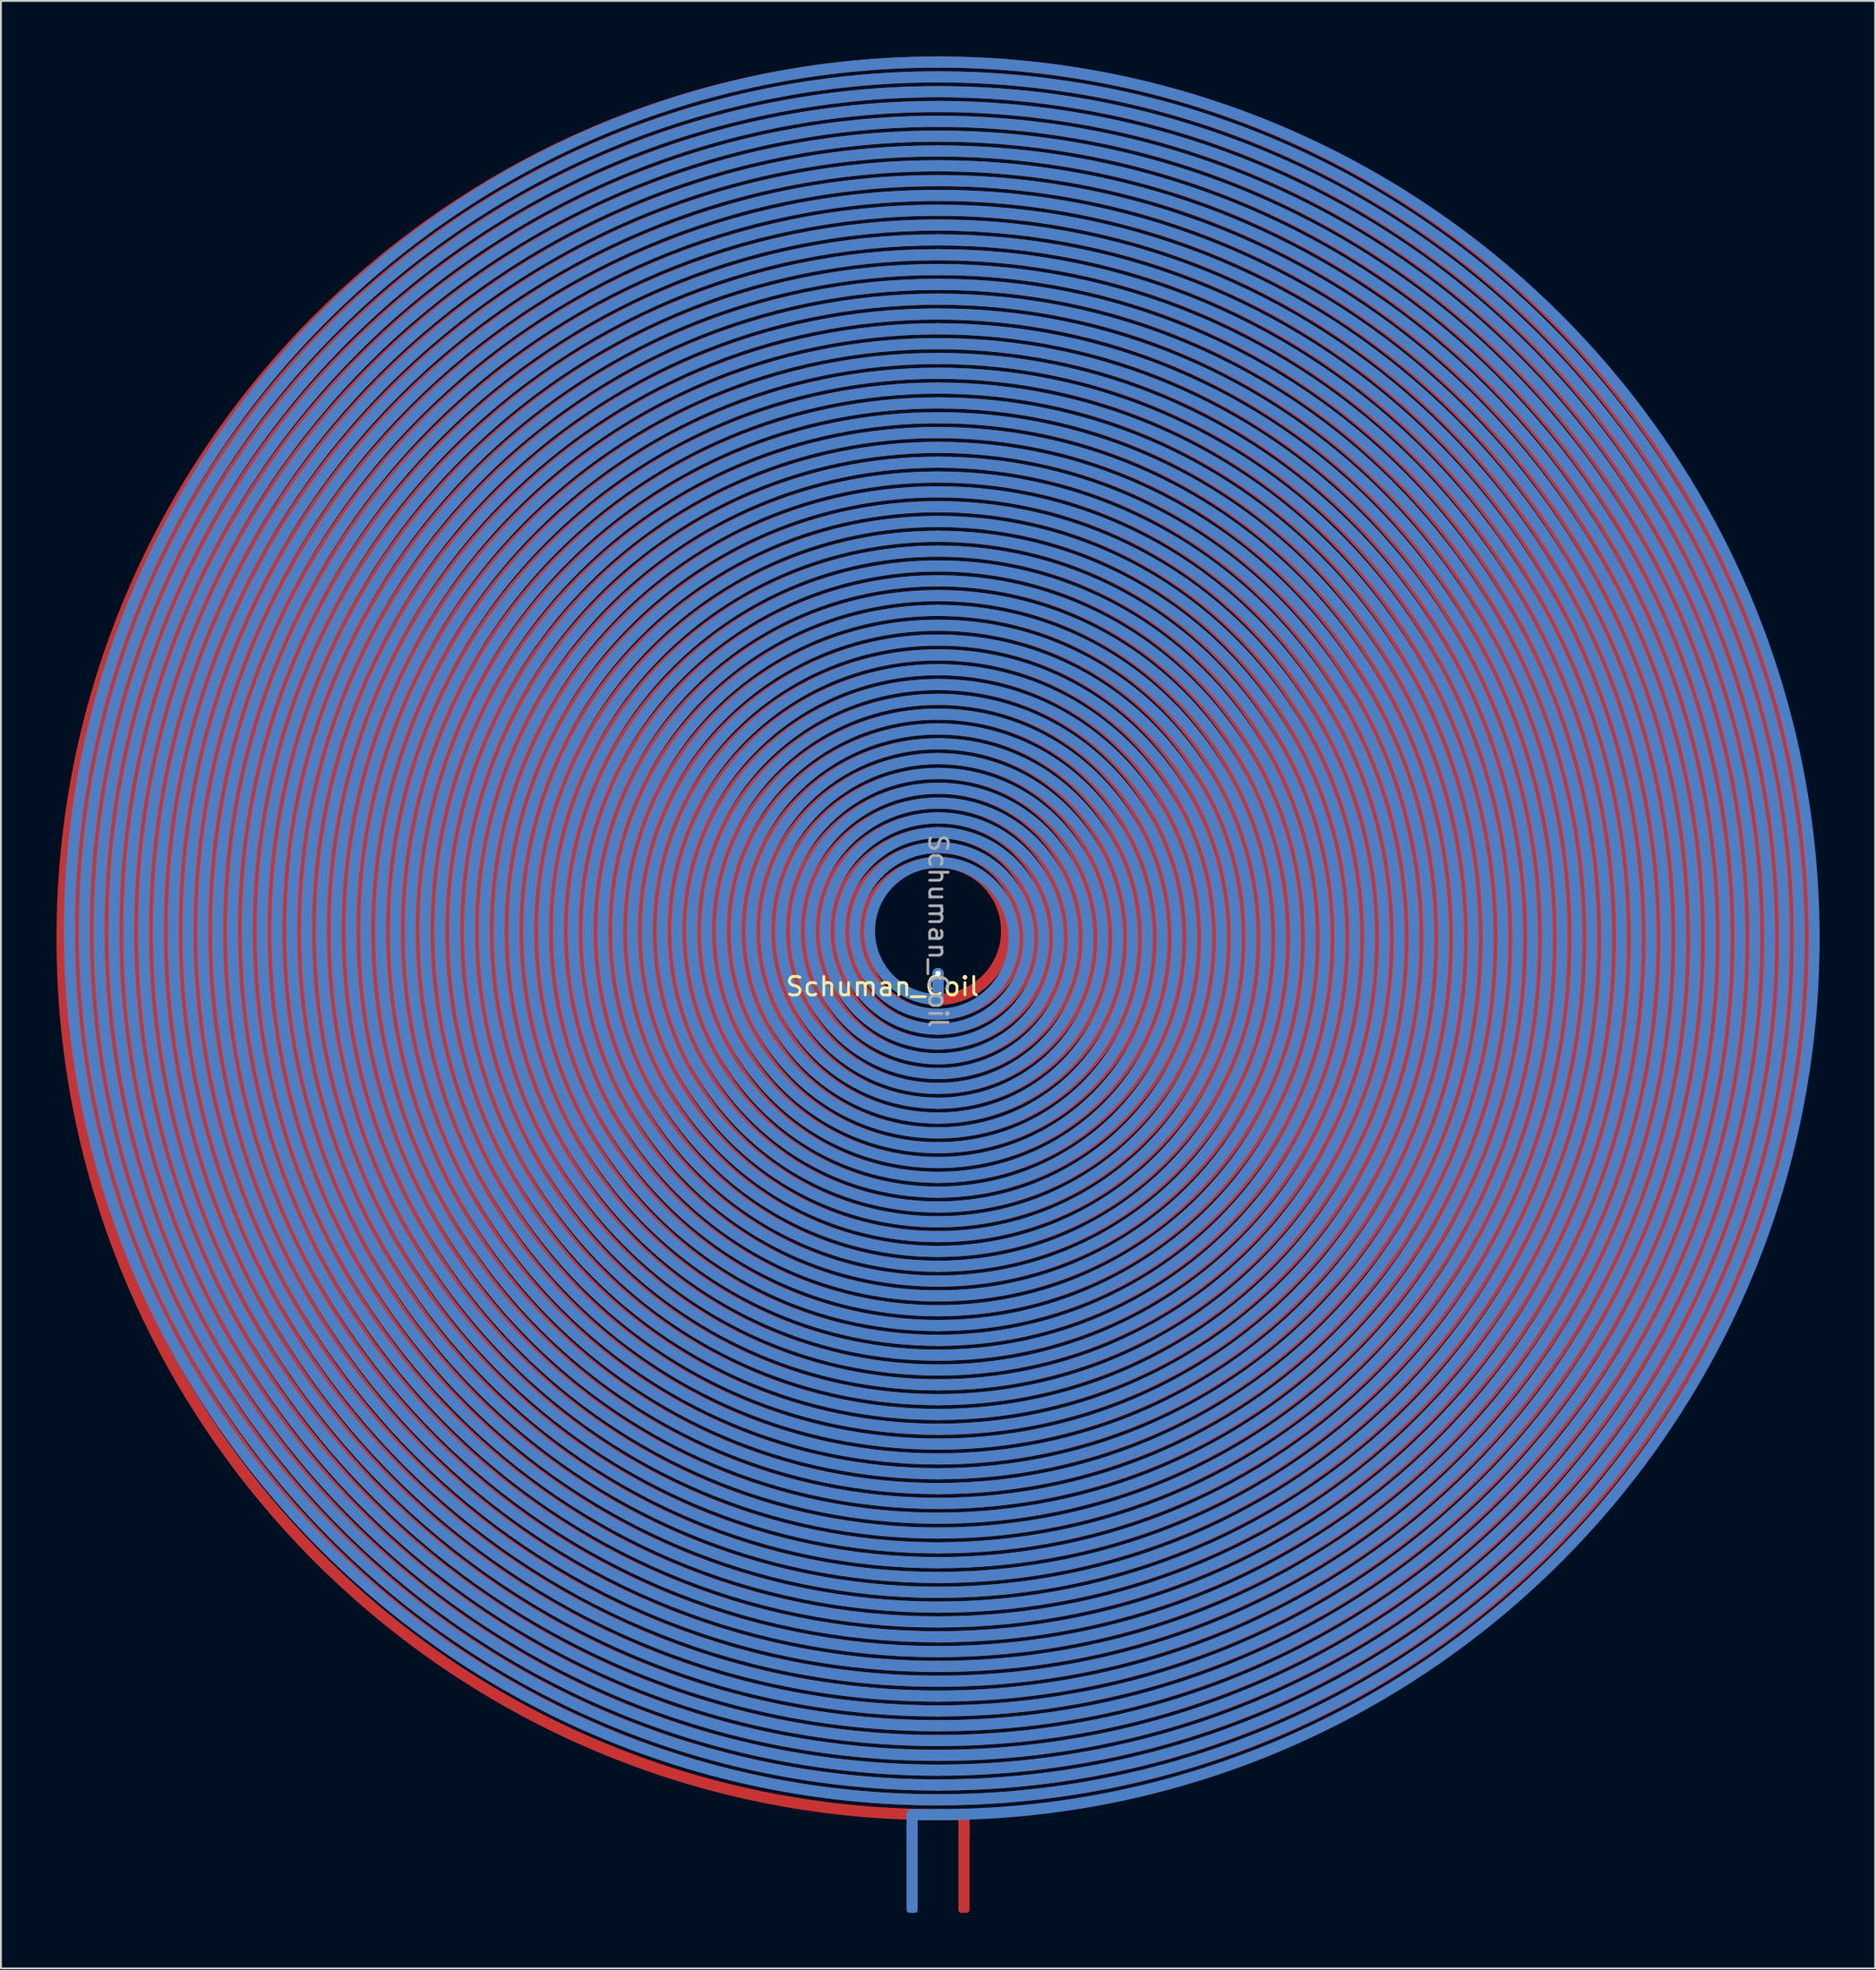
<source format=kicad_pcb>
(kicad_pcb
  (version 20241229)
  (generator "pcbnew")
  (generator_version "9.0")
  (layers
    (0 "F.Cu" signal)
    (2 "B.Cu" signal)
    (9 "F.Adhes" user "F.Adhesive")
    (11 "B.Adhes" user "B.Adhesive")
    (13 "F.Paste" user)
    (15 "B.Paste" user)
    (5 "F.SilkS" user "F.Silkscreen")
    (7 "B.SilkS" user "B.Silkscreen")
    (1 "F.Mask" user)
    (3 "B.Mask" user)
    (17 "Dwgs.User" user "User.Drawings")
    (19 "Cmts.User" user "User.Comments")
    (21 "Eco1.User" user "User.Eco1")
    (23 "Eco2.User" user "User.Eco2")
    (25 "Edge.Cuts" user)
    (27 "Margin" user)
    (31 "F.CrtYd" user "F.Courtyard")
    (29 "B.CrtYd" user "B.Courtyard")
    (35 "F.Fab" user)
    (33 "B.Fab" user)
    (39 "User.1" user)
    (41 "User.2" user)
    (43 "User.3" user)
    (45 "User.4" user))
  (footprint "Schuman_Coil"
    (layer "F.Cu")
    (at 44.6 50.2)
    (property "Reference" "Schuman_Coil" (at 0 0 0) (unlocked yes) (layer "F.SilkS") (effects (font (size 1 1) (thickness 0.15))))
    (attr smd exclude_from_pos_files exclude_from_bom allow_missing_courtyard)
    (fp_line (start 3 0.7) (end 3 -0.7) (stroke (width 0.6) (type default)) (layer "F.Cu"))
    (fp_line (start 3 44.7) (end 4.4 44.7) (stroke (width 0.6) (type default)) (layer "F.Cu"))
    (fp_line (start 4.4 44.7) (end 4.4 45.8) (stroke (width 0.6) (type default)) (layer "F.Cu"))
    (fp_arc (start 3 -49.9) (mid 49.9 -3) (end 3 43.9) (stroke (width 0.6) (type default)) (layer "F.Cu"))
    (fp_arc (start 3 -49.1) (mid 49.1 -3) (end 3 43.1) (stroke (width 0.6) (type default)) (layer "F.Cu"))
    (fp_arc (start 3 -48.3) (mid 48.3 -3) (end 3 42.3) (stroke (width 0.6) (type default)) (layer "F.Cu"))
    (fp_arc (start 3 -47.5) (mid 47.5 -3) (end 3 41.5) (stroke (width 0.6) (type default)) (layer "F.Cu"))
    (fp_arc (start 3 -46.7) (mid 46.7 -3) (end 3 40.7) (stroke (width 0.6) (type default)) (layer "F.Cu"))
    (fp_arc (start 3 -45.9) (mid 45.9 -3) (end 3 39.9) (stroke (width 0.6) (type default)) (layer "F.Cu"))
    (fp_arc (start 3 -45.1) (mid 45.1 -3) (end 3 39.1) (stroke (width 0.6) (type default)) (layer "F.Cu"))
    (fp_arc (start 3 -44.3) (mid 44.3 -3) (end 3 38.3) (stroke (width 0.6) (type default)) (layer "F.Cu"))
    (fp_arc (start 3 -43.5) (mid 43.5 -3) (end 3 37.5) (stroke (width 0.6) (type default)) (layer "F.Cu"))
    (fp_arc (start 3 -42.7) (mid 42.7 -3) (end 3 36.7) (stroke (width 0.6) (type default)) (layer "F.Cu"))
    (fp_arc (start 3 -41.9) (mid 41.9 -3) (end 3 35.9) (stroke (width 0.6) (type default)) (layer "F.Cu"))
    (fp_arc (start 3 -41.1) (mid 41.1 -3) (end 3 35.1) (stroke (width 0.6) (type default)) (layer "F.Cu"))
    (fp_arc (start 3 -40.3) (mid 40.3 -3) (end 3 34.3) (stroke (width 0.6) (type default)) (layer "F.Cu"))
    (fp_arc (start 3 -39.5) (mid 39.5 -3) (end 3 33.5) (stroke (width 0.6) (type default)) (layer "F.Cu"))
    (fp_arc (start 3 -38.7) (mid 38.7 -3) (end 3 32.7) (stroke (width 0.6) (type default)) (layer "F.Cu"))
    (fp_arc (start 3 -37.9) (mid 37.9 -3) (end 3 31.9) (stroke (width 0.6) (type default)) (layer "F.Cu"))
    (fp_arc (start 3 -37.1) (mid 37.1 -3) (end 3 31.1) (stroke (width 0.6) (type default)) (layer "F.Cu"))
    (fp_arc (start 3 -36.3) (mid 36.3 -3) (end 3 30.3) (stroke (width 0.6) (type default)) (layer "F.Cu"))
    (fp_arc (start 3 -35.5) (mid 35.5 -3) (end 3 29.5) (stroke (width 0.6) (type default)) (layer "F.Cu"))
    (fp_arc (start 3 -34.7) (mid 34.7 -3) (end 3 28.7) (stroke (width 0.6) (type default)) (layer "F.Cu"))
    (fp_arc (start 3 -33.9) (mid 33.9 -3) (end 3 27.9) (stroke (width 0.6) (type default)) (layer "F.Cu"))
    (fp_arc (start 3 -33.1) (mid 33.1 -3) (end 3 27.1) (stroke (width 0.6) (type default)) (layer "F.Cu"))
    (fp_arc (start 3 -32.3) (mid 32.3 -3) (end 3 26.3) (stroke (width 0.6) (type default)) (layer "F.Cu"))
    (fp_arc (start 3 -31.5) (mid 31.5 -3) (end 3 25.5) (stroke (width 0.6) (type default)) (layer "F.Cu"))
    (fp_arc (start 3 -30.7) (mid 30.7 -3) (end 3 24.7) (stroke (width 0.6) (type default)) (layer "F.Cu"))
    (fp_arc (start 3 -29.9) (mid 29.9 -3) (end 3 23.9) (stroke (width 0.6) (type default)) (layer "F.Cu"))
    (fp_arc (start 3 -29.1) (mid 29.1 -3) (end 3 23.1) (stroke (width 0.6) (type default)) (layer "F.Cu"))
    (fp_arc (start 3 -28.3) (mid 28.3 -3) (end 3 22.3) (stroke (width 0.6) (type default)) (layer "F.Cu"))
    (fp_arc (start 3 -27.5) (mid 27.5 -3) (end 3 21.5) (stroke (width 0.6) (type default)) (layer "F.Cu"))
    (fp_arc (start 3 -26.7) (mid 26.7 -3) (end 3 20.7) (stroke (width 0.6) (type default)) (layer "F.Cu"))
    (fp_arc (start 3 -25.9) (mid 25.9 -3) (end 3 19.9) (stroke (width 0.6) (type default)) (layer "F.Cu"))
    (fp_arc (start 3 -25.1) (mid 25.1 -3) (end 3 19.1) (stroke (width 0.6) (type default)) (layer "F.Cu"))
    (fp_arc (start 3 -24.3) (mid 24.3 -3) (end 3 18.3) (stroke (width 0.6) (type default)) (layer "F.Cu"))
    (fp_arc (start 3 -23.5) (mid 23.5 -3) (end 3 17.5) (stroke (width 0.6) (type default)) (layer "F.Cu"))
    (fp_arc (start 3 -22.7) (mid 22.7 -3) (end 3 16.7) (stroke (width 0.6) (type default)) (layer "F.Cu"))
    (fp_arc (start 3 -21.9) (mid 21.9 -3) (end 3 15.9) (stroke (width 0.6) (type default)) (layer "F.Cu"))
    (fp_arc (start 3 -21.1) (mid 21.1 -3) (end 3 15.1) (stroke (width 0.6) (type default)) (layer "F.Cu"))
    (fp_arc (start 3 -20.3) (mid 20.3 -3) (end 3 14.3) (stroke (width 0.6) (type default)) (layer "F.Cu"))
    (fp_arc (start 3 -19.5) (mid 19.5 -3) (end 3 13.5) (stroke (width 0.6) (type default)) (layer "F.Cu"))
    (fp_arc (start 3 -18.7) (mid 18.7 -3) (end 3 12.7) (stroke (width 0.6) (type default)) (layer "F.Cu"))
    (fp_arc (start 3 -17.9) (mid 17.9 -3) (end 3 11.9) (stroke (width 0.6) (type default)) (layer "F.Cu"))
    (fp_arc (start 3 -17.1) (mid 17.1 -3) (end 3 11.1) (stroke (width 0.6) (type default)) (layer "F.Cu"))
    (fp_arc (start 3 -16.3) (mid 16.3 -3) (end 3 10.3) (stroke (width 0.6) (type default)) (layer "F.Cu"))
    (fp_arc (start 3 -15.5) (mid 15.5 -3) (end 3 9.5) (stroke (width 0.6) (type default)) (layer "F.Cu"))
    (fp_arc (start 3 -14.7) (mid 14.7 -3) (end 3 8.7) (stroke (width 0.6) (type default)) (layer "F.Cu"))
    (fp_arc (start 3 -13.9) (mid 13.9 -3) (end 3 7.9) (stroke (width 0.6) (type default)) (layer "F.Cu"))
    (fp_arc (start 3 -13.1) (mid 13.1 -3) (end 3 7.1) (stroke (width 0.6) (type default)) (layer "F.Cu"))
    (fp_arc (start 3 -12.3) (mid 12.3 -3) (end 3 6.3) (stroke (width 0.6) (type default)) (layer "F.Cu"))
    (fp_arc (start 3 -11.5) (mid 11.5 -3) (end 3 5.5) (stroke (width 0.6) (type default)) (layer "F.Cu"))
    (fp_arc (start 3 -10.7) (mid 10.7 -3) (end 3 4.7) (stroke (width 0.6) (type default)) (layer "F.Cu"))
    (fp_arc (start 3 -9.9) (mid 9.9 -3) (end 3 3.9) (stroke (width 0.6) (type default)) (layer "F.Cu"))
    (fp_arc (start 3 -9.1) (mid 9.1 -3) (end 3 3.1) (stroke (width 0.6) (type default)) (layer "F.Cu"))
    (fp_arc (start 3 -8.3) (mid 8.3 -3) (end 3 2.3) (stroke (width 0.6) (type default)) (layer "F.Cu"))
    (fp_arc (start 3 -7.5) (mid 7.5 -3) (end 3 1.5) (stroke (width 0.6) (type default)) (layer "F.Cu"))
    (fp_arc (start 3 -6.7) (mid 6.7 -3) (end 3 0.7) (stroke (width 0.6) (type default)) (layer "F.Cu"))
    (fp_arc (start 3 1.5) (mid -1.1 -2.6) (end 3 -6.7) (stroke (width 0.6) (type default)) (layer "F.Cu"))
    (fp_arc (start 3 2.3) (mid -1.9 -2.6) (end 3 -7.5) (stroke (width 0.6) (type default)) (layer "F.Cu"))
    (fp_arc (start 3 3.1) (mid -2.7 -2.6) (end 3 -8.3) (stroke (width 0.6) (type default)) (layer "F.Cu"))
    (fp_arc (start 3 3.9) (mid -3.5 -2.6) (end 3 -9.1) (stroke (width 0.6) (type default)) (layer "F.Cu"))
    (fp_arc (start 3 4.7) (mid -4.3 -2.6) (end 3 -9.9) (stroke (width 0.6) (type default)) (layer "F.Cu"))
    (fp_arc (start 3 5.5) (mid -5.1 -2.6) (end 3 -10.7) (stroke (width 0.6) (type default)) (layer "F.Cu"))
    (fp_arc (start 3 6.3) (mid -5.9 -2.6) (end 3 -11.5) (stroke (width 0.6) (type default)) (layer "F.Cu"))
    (fp_arc (start 3 7.1) (mid -6.7 -2.6) (end 3 -12.3) (stroke (width 0.6) (type default)) (layer "F.Cu"))
    (fp_arc (start 3 7.9) (mid -7.5 -2.6) (end 3 -13.1) (stroke (width 0.6) (type default)) (layer "F.Cu"))
    (fp_arc (start 3 8.7) (mid -8.3 -2.6) (end 3 -13.9) (stroke (width 0.6) (type default)) (layer "F.Cu"))
    (fp_arc (start 3 9.5) (mid -9.1 -2.6) (end 3 -14.7) (stroke (width 0.6) (type default)) (layer "F.Cu"))
    (fp_arc (start 3 10.3) (mid -9.9 -2.6) (end 3 -15.5) (stroke (width 0.6) (type default)) (layer "F.Cu"))
    (fp_arc (start 3 11.1) (mid -10.7 -2.6) (end 3 -16.3) (stroke (width 0.6) (type default)) (layer "F.Cu"))
    (fp_arc (start 3 11.9) (mid -11.5 -2.6) (end 3 -17.1) (stroke (width 0.6) (type default)) (layer "F.Cu"))
    (fp_arc (start 3 12.7) (mid -12.3 -2.6) (end 3 -17.9) (stroke (width 0.6) (type default)) (layer "F.Cu"))
    (fp_arc (start 3 13.5) (mid -13.1 -2.6) (end 3 -18.7) (stroke (width 0.6) (type default)) (layer "F.Cu"))
    (fp_arc (start 3 14.3) (mid -13.9 -2.6) (end 3 -19.5) (stroke (width 0.6) (type default)) (layer "F.Cu"))
    (fp_arc (start 3 15.1) (mid -14.7 -2.6) (end 3 -20.3) (stroke (width 0.6) (type default)) (layer "F.Cu"))
    (fp_arc (start 3 15.9) (mid -15.5 -2.6) (end 3 -21.1) (stroke (width 0.6) (type default)) (layer "F.Cu"))
    (fp_arc (start 3 16.7) (mid -16.3 -2.6) (end 3 -21.9) (stroke (width 0.6) (type default)) (layer "F.Cu"))
    (fp_arc (start 3 17.5) (mid -17.1 -2.6) (end 3 -22.7) (stroke (width 0.6) (type default)) (layer "F.Cu"))
    (fp_arc (start 3 18.3) (mid -17.9 -2.6) (end 3 -23.5) (stroke (width 0.6) (type default)) (layer "F.Cu"))
    (fp_arc (start 3 19.1) (mid -18.7 -2.6) (end 3 -24.3) (stroke (width 0.6) (type default)) (layer "F.Cu"))
    (fp_arc (start 3 19.9) (mid -19.5 -2.6) (end 3 -25.1) (stroke (width 0.6) (type default)) (layer "F.Cu"))
    (fp_arc (start 3 20.7) (mid -20.3 -2.6) (end 3 -25.9) (stroke (width 0.6) (type default)) (layer "F.Cu"))
    (fp_arc (start 3 21.5) (mid -21.1 -2.6) (end 3 -26.7) (stroke (width 0.6) (type default)) (layer "F.Cu"))
    (fp_arc (start 3 22.3) (mid -21.9 -2.6) (end 3 -27.5) (stroke (width 0.6) (type default)) (layer "F.Cu"))
    (fp_arc (start 3 23.1) (mid -22.7 -2.6) (end 3 -28.3) (stroke (width 0.6) (type default)) (layer "F.Cu"))
    (fp_arc (start 3 23.9) (mid -23.5 -2.6) (end 3 -29.1) (stroke (width 0.6) (type default)) (layer "F.Cu"))
    (fp_arc (start 3 24.7) (mid -24.3 -2.6) (end 3 -29.9) (stroke (width 0.6) (type default)) (layer "F.Cu"))
    (fp_arc (start 3 25.5) (mid -25.1 -2.6) (end 3 -30.7) (stroke (width 0.6) (type default)) (layer "F.Cu"))
    (fp_arc (start 3 26.3) (mid -25.9 -2.6) (end 3 -31.5) (stroke (width 0.6) (type default)) (layer "F.Cu"))
    (fp_arc (start 3 27.1) (mid -26.7 -2.6) (end 3 -32.3) (stroke (width 0.6) (type default)) (layer "F.Cu"))
    (fp_arc (start 3 27.9) (mid -27.5 -2.6) (end 3 -33.1) (stroke (width 0.6) (type default)) (layer "F.Cu"))
    (fp_arc (start 3 28.7) (mid -28.3 -2.6) (end 3 -33.9) (stroke (width 0.6) (type default)) (layer "F.Cu"))
    (fp_arc (start 3 29.5) (mid -29.1 -2.6) (end 3 -34.7) (stroke (width 0.6) (type default)) (layer "F.Cu"))
    (fp_arc (start 3 30.3) (mid -29.9 -2.6) (end 3 -35.5) (stroke (width 0.6) (type default)) (layer "F.Cu"))
    (fp_arc (start 3 31.1) (mid -30.7 -2.6) (end 3 -36.3) (stroke (width 0.6) (type default)) (layer "F.Cu"))
    (fp_arc (start 3 31.9) (mid -31.5 -2.6) (end 3 -37.1) (stroke (width 0.6) (type default)) (layer "F.Cu"))
    (fp_arc (start 3 32.7) (mid -32.3 -2.6) (end 3 -37.9) (stroke (width 0.6) (type default)) (layer "F.Cu"))
    (fp_arc (start 3 33.5) (mid -33.1 -2.6) (end 3 -38.7) (stroke (width 0.6) (type default)) (layer "F.Cu"))
    (fp_arc (start 3 34.3) (mid -33.9 -2.6) (end 3 -39.5) (stroke (width 0.6) (type default)) (layer "F.Cu"))
    (fp_arc (start 3 35.1) (mid -34.7 -2.6) (end 3 -40.3) (stroke (width 0.6) (type default)) (layer "F.Cu"))
    (fp_arc (start 3 35.9) (mid -35.5 -2.6) (end 3 -41.1) (stroke (width 0.6) (type default)) (layer "F.Cu"))
    (fp_arc (start 3 36.7) (mid -36.3 -2.6) (end 3 -41.9) (stroke (width 0.6) (type default)) (layer "F.Cu"))
    (fp_arc (start 3 37.5) (mid -37.1 -2.6) (end 3 -42.7) (stroke (width 0.6) (type default)) (layer "F.Cu"))
    (fp_arc (start 3 38.3) (mid -37.9 -2.6) (end 3 -43.5) (stroke (width 0.6) (type default)) (layer "F.Cu"))
    (fp_arc (start 3 39.1) (mid -38.7 -2.6) (end 3 -44.3) (stroke (width 0.6) (type default)) (layer "F.Cu"))
    (fp_arc (start 3 39.9) (mid -39.5 -2.6) (end 3 -45.1) (stroke (width 0.6) (type default)) (layer "F.Cu"))
    (fp_arc (start 3 40.7) (mid -40.3 -2.6) (end 3 -45.9) (stroke (width 0.6) (type default)) (layer "F.Cu"))
    (fp_arc (start 3 41.5) (mid -41.1 -2.6) (end 3 -46.7) (stroke (width 0.6) (type default)) (layer "F.Cu"))
    (fp_arc (start 3 42.3) (mid -41.9 -2.6) (end 3 -47.5) (stroke (width 0.6) (type default)) (layer "F.Cu"))
    (fp_arc (start 3 43.1) (mid -42.7 -2.6) (end 3 -48.3) (stroke (width 0.6) (type default)) (layer "F.Cu"))
    (fp_arc (start 3 43.9) (mid -43.5 -2.6) (end 3 -49.1) (stroke (width 0.6) (type default)) (layer "F.Cu"))
    (fp_arc (start 3 44.7) (mid -44.3 -2.6) (end 3 -49.9) (stroke (width 0.6) (type default)) (layer "F.Cu"))
    (fp_line (start 1.6 44.7) (end 1.6 45.8) (stroke (width 0.6) (type default)) (layer "B.Cu"))
    (fp_line (start 3 0.7) (end 3 -0.7) (stroke (width 0.6) (type default)) (layer "B.Cu"))
    (fp_line (start 3 44.7) (end 1.6 44.7) (stroke (width 0.6) (type default)) (layer "B.Cu"))
    (fp_arc (start 3 -49.9) (mid 50.3 -2.6) (end 3 44.7) (stroke (width 0.6) (type default)) (layer "B.Cu"))
    (fp_arc (start 3 -49.1) (mid 49.5 -2.6) (end 3 43.9) (stroke (width 0.6) (type default)) (layer "B.Cu"))
    (fp_arc (start 3 -48.3) (mid 48.7 -2.6) (end 3 43.1) (stroke (width 0.6) (type default)) (layer "B.Cu"))
    (fp_arc (start 3 -47.5) (mid 47.9 -2.6) (end 3 42.3) (stroke (width 0.6) (type default)) (layer "B.Cu"))
    (fp_arc (start 3 -46.7) (mid 47.1 -2.6) (end 3 41.5) (stroke (width 0.6) (type default)) (layer "B.Cu"))
    (fp_arc (start 3 -45.9) (mid 46.3 -2.6) (end 3 40.7) (stroke (width 0.6) (type default)) (layer "B.Cu"))
    (fp_arc (start 3 -45.1) (mid 45.5 -2.6) (end 3 39.9) (stroke (width 0.6) (type default)) (layer "B.Cu"))
    (fp_arc (start 3 -44.3) (mid 44.7 -2.6) (end 3 39.1) (stroke (width 0.6) (type default)) (layer "B.Cu"))
    (fp_arc (start 3 -43.5) (mid 43.9 -2.6) (end 3 38.3) (stroke (width 0.6) (type default)) (layer "B.Cu"))
    (fp_arc (start 3 -42.7) (mid 43.1 -2.6) (end 3 37.5) (stroke (width 0.6) (type default)) (layer "B.Cu"))
    (fp_arc (start 3 -41.9) (mid 42.3 -2.6) (end 3 36.7) (stroke (width 0.6) (type default)) (layer "B.Cu"))
    (fp_arc (start 3 -41.1) (mid 41.5 -2.6) (end 3 35.9) (stroke (width 0.6) (type default)) (layer "B.Cu"))
    (fp_arc (start 3 -40.3) (mid 40.7 -2.6) (end 3 35.1) (stroke (width 0.6) (type default)) (layer "B.Cu"))
    (fp_arc (start 3 -39.5) (mid 39.9 -2.6) (end 3 34.3) (stroke (width 0.6) (type default)) (layer "B.Cu"))
    (fp_arc (start 3 -38.7) (mid 39.1 -2.6) (end 3 33.5) (stroke (width 0.6) (type default)) (layer "B.Cu"))
    (fp_arc (start 3 -37.9) (mid 38.3 -2.6) (end 3 32.7) (stroke (width 0.6) (type default)) (layer "B.Cu"))
    (fp_arc (start 3 -37.1) (mid 37.5 -2.6) (end 3 31.9) (stroke (width 0.6) (type default)) (layer "B.Cu"))
    (fp_arc (start 3 -36.3) (mid 36.7 -2.6) (end 3 31.1) (stroke (width 0.6) (type default)) (layer "B.Cu"))
    (fp_arc (start 3 -35.5) (mid 35.9 -2.6) (end 3 30.3) (stroke (width 0.6) (type default)) (layer "B.Cu"))
    (fp_arc (start 3 -34.7) (mid 35.1 -2.6) (end 3 29.5) (stroke (width 0.6) (type default)) (layer "B.Cu"))
    (fp_arc (start 3 -33.9) (mid 34.3 -2.6) (end 3 28.7) (stroke (width 0.6) (type default)) (layer "B.Cu"))
    (fp_arc (start 3 -33.1) (mid 33.5 -2.6) (end 3 27.9) (stroke (width 0.6) (type default)) (layer "B.Cu"))
    (fp_arc (start 3 -32.3) (mid 32.7 -2.6) (end 3 27.1) (stroke (width 0.6) (type default)) (layer "B.Cu"))
    (fp_arc (start 3 -31.5) (mid 31.9 -2.6) (end 3 26.3) (stroke (width 0.6) (type default)) (layer "B.Cu"))
    (fp_arc (start 3 -30.7) (mid 31.1 -2.6) (end 3 25.5) (stroke (width 0.6) (type default)) (layer "B.Cu"))
    (fp_arc (start 3 -29.9) (mid 30.3 -2.6) (end 3 24.7) (stroke (width 0.6) (type default)) (layer "B.Cu"))
    (fp_arc (start 3 -29.1) (mid 29.5 -2.6) (end 3 23.9) (stroke (width 0.6) (type default)) (layer "B.Cu"))
    (fp_arc (start 3 -28.3) (mid 28.7 -2.6) (end 3 23.1) (stroke (width 0.6) (type default)) (layer "B.Cu"))
    (fp_arc (start 3 -27.5) (mid 27.9 -2.6) (end 3 22.3) (stroke (width 0.6) (type default)) (layer "B.Cu"))
    (fp_arc (start 3 -26.7) (mid 27.1 -2.6) (end 3 21.5) (stroke (width 0.6) (type default)) (layer "B.Cu"))
    (fp_arc (start 3 -25.9) (mid 26.3 -2.6) (end 3 20.7) (stroke (width 0.6) (type default)) (layer "B.Cu"))
    (fp_arc (start 3 -25.1) (mid 25.5 -2.6) (end 3 19.9) (stroke (width 0.6) (type default)) (layer "B.Cu"))
    (fp_arc (start 3 -24.3) (mid 24.7 -2.6) (end 3 19.1) (stroke (width 0.6) (type default)) (layer "B.Cu"))
    (fp_arc (start 3 -23.5) (mid 23.9 -2.6) (end 3 18.3) (stroke (width 0.6) (type default)) (layer "B.Cu"))
    (fp_arc (start 3 -22.7) (mid 23.1 -2.6) (end 3 17.5) (stroke (width 0.6) (type default)) (layer "B.Cu"))
    (fp_arc (start 3 -21.9) (mid 22.3 -2.6) (end 3 16.7) (stroke (width 0.6) (type default)) (layer "B.Cu"))
    (fp_arc (start 3 -21.1) (mid 21.5 -2.6) (end 3 15.9) (stroke (width 0.6) (type default)) (layer "B.Cu"))
    (fp_arc (start 3 -20.3) (mid 20.7 -2.6) (end 3 15.1) (stroke (width 0.6) (type default)) (layer "B.Cu"))
    (fp_arc (start 3 -19.5) (mid 19.9 -2.6) (end 3 14.3) (stroke (width 0.6) (type default)) (layer "B.Cu"))
    (fp_arc (start 3 -18.7) (mid 19.1 -2.6) (end 3 13.5) (stroke (width 0.6) (type default)) (layer "B.Cu"))
    (fp_arc (start 3 -17.9) (mid 18.3 -2.6) (end 3 12.7) (stroke (width 0.6) (type default)) (layer "B.Cu"))
    (fp_arc (start 3 -17.1) (mid 17.5 -2.6) (end 3 11.9) (stroke (width 0.6) (type default)) (layer "B.Cu"))
    (fp_arc (start 3 -16.3) (mid 16.7 -2.6) (end 3 11.1) (stroke (width 0.6) (type default)) (layer "B.Cu"))
    (fp_arc (start 3 -15.5) (mid 15.9 -2.6) (end 3 10.3) (stroke (width 0.6) (type default)) (layer "B.Cu"))
    (fp_arc (start 3 -14.7) (mid 15.1 -2.6) (end 3 9.5) (stroke (width 0.6) (type default)) (layer "B.Cu"))
    (fp_arc (start 3 -13.9) (mid 14.3 -2.6) (end 3 8.7) (stroke (width 0.6) (type default)) (layer "B.Cu"))
    (fp_arc (start 3 -13.1) (mid 13.5 -2.6) (end 3 7.9) (stroke (width 0.6) (type default)) (layer "B.Cu"))
    (fp_arc (start 3 -12.3) (mid 12.7 -2.6) (end 3 7.1) (stroke (width 0.6) (type default)) (layer "B.Cu"))
    (fp_arc (start 3 -11.5) (mid 11.9 -2.6) (end 3 6.3) (stroke (width 0.6) (type default)) (layer "B.Cu"))
    (fp_arc (start 3 -10.7) (mid 11.1 -2.6) (end 3 5.5) (stroke (width 0.6) (type default)) (layer "B.Cu"))
    (fp_arc (start 3 -9.9) (mid 10.3 -2.6) (end 3 4.7) (stroke (width 0.6) (type default)) (layer "B.Cu"))
    (fp_arc (start 3 -9.1) (mid 9.5 -2.6) (end 3 3.9) (stroke (width 0.6) (type default)) (layer "B.Cu"))
    (fp_arc (start 3 -8.3) (mid 8.7 -2.6) (end 3 3.1) (stroke (width 0.6) (type default)) (layer "B.Cu"))
    (fp_arc (start 3 -7.5) (mid 7.9 -2.6) (end 3 2.3) (stroke (width 0.6) (type default)) (layer "B.Cu"))
    (fp_arc (start 3 -6.7) (mid 7.1 -2.6) (end 3 1.5) (stroke (width 0.6) (type default)) (layer "B.Cu"))
    (fp_arc (start 3 0.7) (mid -0.7 -3) (end 3 -6.7) (stroke (width 0.6) (type default)) (layer "B.Cu"))
    (fp_arc (start 3 1.5) (mid -1.5 -3) (end 3 -7.5) (stroke (width 0.6) (type default)) (layer "B.Cu"))
    (fp_arc (start 3 2.3) (mid -2.3 -3) (end 3 -8.3) (stroke (width 0.6) (type default)) (layer "B.Cu"))
    (fp_arc (start 3 3.1) (mid -3.1 -3) (end 3 -9.1) (stroke (width 0.6) (type default)) (layer "B.Cu"))
    (fp_arc (start 3 3.9) (mid -3.9 -3) (end 3 -9.9) (stroke (width 0.6) (type default)) (layer "B.Cu"))
    (fp_arc (start 3 4.7) (mid -4.7 -3) (end 3 -10.7) (stroke (width 0.6) (type default)) (layer "B.Cu"))
    (fp_arc (start 3 5.5) (mid -5.5 -3) (end 3 -11.5) (stroke (width 0.6) (type default)) (layer "B.Cu"))
    (fp_arc (start 3 6.3) (mid -6.3 -3) (end 3 -12.3) (stroke (width 0.6) (type default)) (layer "B.Cu"))
    (fp_arc (start 3 7.1) (mid -7.1 -3) (end 3 -13.1) (stroke (width 0.6) (type default)) (layer "B.Cu"))
    (fp_arc (start 3 7.9) (mid -7.9 -3) (end 3 -13.9) (stroke (width 0.6) (type default)) (layer "B.Cu"))
    (fp_arc (start 3 8.7) (mid -8.7 -3) (end 3 -14.7) (stroke (width 0.6) (type default)) (layer "B.Cu"))
    (fp_arc (start 3 9.5) (mid -9.5 -3) (end 3 -15.5) (stroke (width 0.6) (type default)) (layer "B.Cu"))
    (fp_arc (start 3 10.3) (mid -10.3 -3) (end 3 -16.3) (stroke (width 0.6) (type default)) (layer "B.Cu"))
    (fp_arc (start 3 11.1) (mid -11.1 -3) (end 3 -17.1) (stroke (width 0.6) (type default)) (layer "B.Cu"))
    (fp_arc (start 3 11.9) (mid -11.9 -3) (end 3 -17.9) (stroke (width 0.6) (type default)) (layer "B.Cu"))
    (fp_arc (start 3 12.7) (mid -12.7 -3) (end 3 -18.7) (stroke (width 0.6) (type default)) (layer "B.Cu"))
    (fp_arc (start 3 13.5) (mid -13.5 -3) (end 3 -19.5) (stroke (width 0.6) (type default)) (layer "B.Cu"))
    (fp_arc (start 3 14.3) (mid -14.3 -3) (end 3 -20.3) (stroke (width 0.6) (type default)) (layer "B.Cu"))
    (fp_arc (start 3 15.1) (mid -15.1 -3) (end 3 -21.1) (stroke (width 0.6) (type default)) (layer "B.Cu"))
    (fp_arc (start 3 15.9) (mid -15.9 -3) (end 3 -21.9) (stroke (width 0.6) (type default)) (layer "B.Cu"))
    (fp_arc (start 3 16.7) (mid -16.7 -3) (end 3 -22.7) (stroke (width 0.6) (type default)) (layer "B.Cu"))
    (fp_arc (start 3 17.5) (mid -17.5 -3) (end 3 -23.5) (stroke (width 0.6) (type default)) (layer "B.Cu"))
    (fp_arc (start 3 18.3) (mid -18.3 -3) (end 3 -24.3) (stroke (width 0.6) (type default)) (layer "B.Cu"))
    (fp_arc (start 3 19.1) (mid -19.1 -3) (end 3 -25.1) (stroke (width 0.6) (type default)) (layer "B.Cu"))
    (fp_arc (start 3 19.9) (mid -19.9 -3) (end 3 -25.9) (stroke (width 0.6) (type default)) (layer "B.Cu"))
    (fp_arc (start 3 20.7) (mid -20.7 -3) (end 3 -26.7) (stroke (width 0.6) (type default)) (layer "B.Cu"))
    (fp_arc (start 3 21.5) (mid -21.5 -3) (end 3 -27.5) (stroke (width 0.6) (type default)) (layer "B.Cu"))
    (fp_arc (start 3 22.3) (mid -22.3 -3) (end 3 -28.3) (stroke (width 0.6) (type default)) (layer "B.Cu"))
    (fp_arc (start 3 23.1) (mid -23.1 -3) (end 3 -29.1) (stroke (width 0.6) (type default)) (layer "B.Cu"))
    (fp_arc (start 3 23.9) (mid -23.9 -3) (end 3 -29.9) (stroke (width 0.6) (type default)) (layer "B.Cu"))
    (fp_arc (start 3 24.7) (mid -24.7 -3) (end 3 -30.7) (stroke (width 0.6) (type default)) (layer "B.Cu"))
    (fp_arc (start 3 25.5) (mid -25.5 -3) (end 3 -31.5) (stroke (width 0.6) (type default)) (layer "B.Cu"))
    (fp_arc (start 3 26.3) (mid -26.3 -3) (end 3 -32.3) (stroke (width 0.6) (type default)) (layer "B.Cu"))
    (fp_arc (start 3 27.1) (mid -27.1 -3) (end 3 -33.1) (stroke (width 0.6) (type default)) (layer "B.Cu"))
    (fp_arc (start 3 27.9) (mid -27.9 -3) (end 3 -33.9) (stroke (width 0.6) (type default)) (layer "B.Cu"))
    (fp_arc (start 3 28.7) (mid -28.7 -3) (end 3 -34.7) (stroke (width 0.6) (type default)) (layer "B.Cu"))
    (fp_arc (start 3 29.5) (mid -29.5 -3) (end 3 -35.5) (stroke (width 0.6) (type default)) (layer "B.Cu"))
    (fp_arc (start 3 30.3) (mid -30.3 -3) (end 3 -36.3) (stroke (width 0.6) (type default)) (layer "B.Cu"))
    (fp_arc (start 3 31.1) (mid -31.1 -3) (end 3 -37.1) (stroke (width 0.6) (type default)) (layer "B.Cu"))
    (fp_arc (start 3 31.9) (mid -31.9 -3) (end 3 -37.9) (stroke (width 0.6) (type default)) (layer "B.Cu"))
    (fp_arc (start 3 32.7) (mid -32.7 -3) (end 3 -38.7) (stroke (width 0.6) (type default)) (layer "B.Cu"))
    (fp_arc (start 3 33.5) (mid -33.5 -3) (end 3 -39.5) (stroke (width 0.6) (type default)) (layer "B.Cu"))
    (fp_arc (start 3 34.3) (mid -34.3 -3) (end 3 -40.3) (stroke (width 0.6) (type default)) (layer "B.Cu"))
    (fp_arc (start 3 35.1) (mid -35.1 -3) (end 3 -41.1) (stroke (width 0.6) (type default)) (layer "B.Cu"))
    (fp_arc (start 3 35.9) (mid -35.9 -3) (end 3 -41.9) (stroke (width 0.6) (type default)) (layer "B.Cu"))
    (fp_arc (start 3 36.7) (mid -36.7 -3) (end 3 -42.7) (stroke (width 0.6) (type default)) (layer "B.Cu"))
    (fp_arc (start 3 37.5) (mid -37.5 -3) (end 3 -43.5) (stroke (width 0.6) (type default)) (layer "B.Cu"))
    (fp_arc (start 3 38.3) (mid -38.3 -3) (end 3 -44.3) (stroke (width 0.6) (type default)) (layer "B.Cu"))
    (fp_arc (start 3 39.1) (mid -39.1 -3) (end 3 -45.1) (stroke (width 0.6) (type default)) (layer "B.Cu"))
    (fp_arc (start 3 39.9) (mid -39.9 -3) (end 3 -45.9) (stroke (width 0.6) (type default)) (layer "B.Cu"))
    (fp_arc (start 3 40.7) (mid -40.7 -3) (end 3 -46.7) (stroke (width 0.6) (type default)) (layer "B.Cu"))
    (fp_arc (start 3 41.5) (mid -41.5 -3) (end 3 -47.5) (stroke (width 0.6) (type default)) (layer "B.Cu"))
    (fp_arc (start 3 42.3) (mid -42.3 -3) (end 3 -48.3) (stroke (width 0.6) (type default)) (layer "B.Cu"))
    (fp_arc (start 3 43.1) (mid -43.1 -3) (end 3 -49.1) (stroke (width 0.6) (type default)) (layer "B.Cu"))
    (fp_arc (start 3 43.9) (mid -43.9 -3) (end 3 -49.9) (stroke (width 0.6) (type default)) (layer "B.Cu"))
    (fp_text user "${REFERENCE}" (at 3 -3 270) (unlocked yes) (layer "F.Fab") (effects (font (size 1 1) (thickness 0.15))))
    (pad "0" thru_hole circle (at 3 -0.7 270) (size 0.6 0.6) (drill 0.3) (layers "*.Cu") (remove_unused_layers yes) (keep_end_layers yes) (zone_layer_connections))
    (pad "1" smd roundrect (at 4.4 47.6 270) (size 4.8 0.6) (layers "F.Cu") (roundrect_rratio 0.25))
    (pad "2" smd roundrect (at 1.6 47.6 270) (size 4.8 0.6) (layers "B.Cu") (roundrect_rratio 0.25)))
  (gr_rect
    (start -3 -3)
    (end 98.2 103.2)
    (stroke (width 0.1) (type default))
    (fill no)
    (layer "Edge.Cuts")))
</source>
